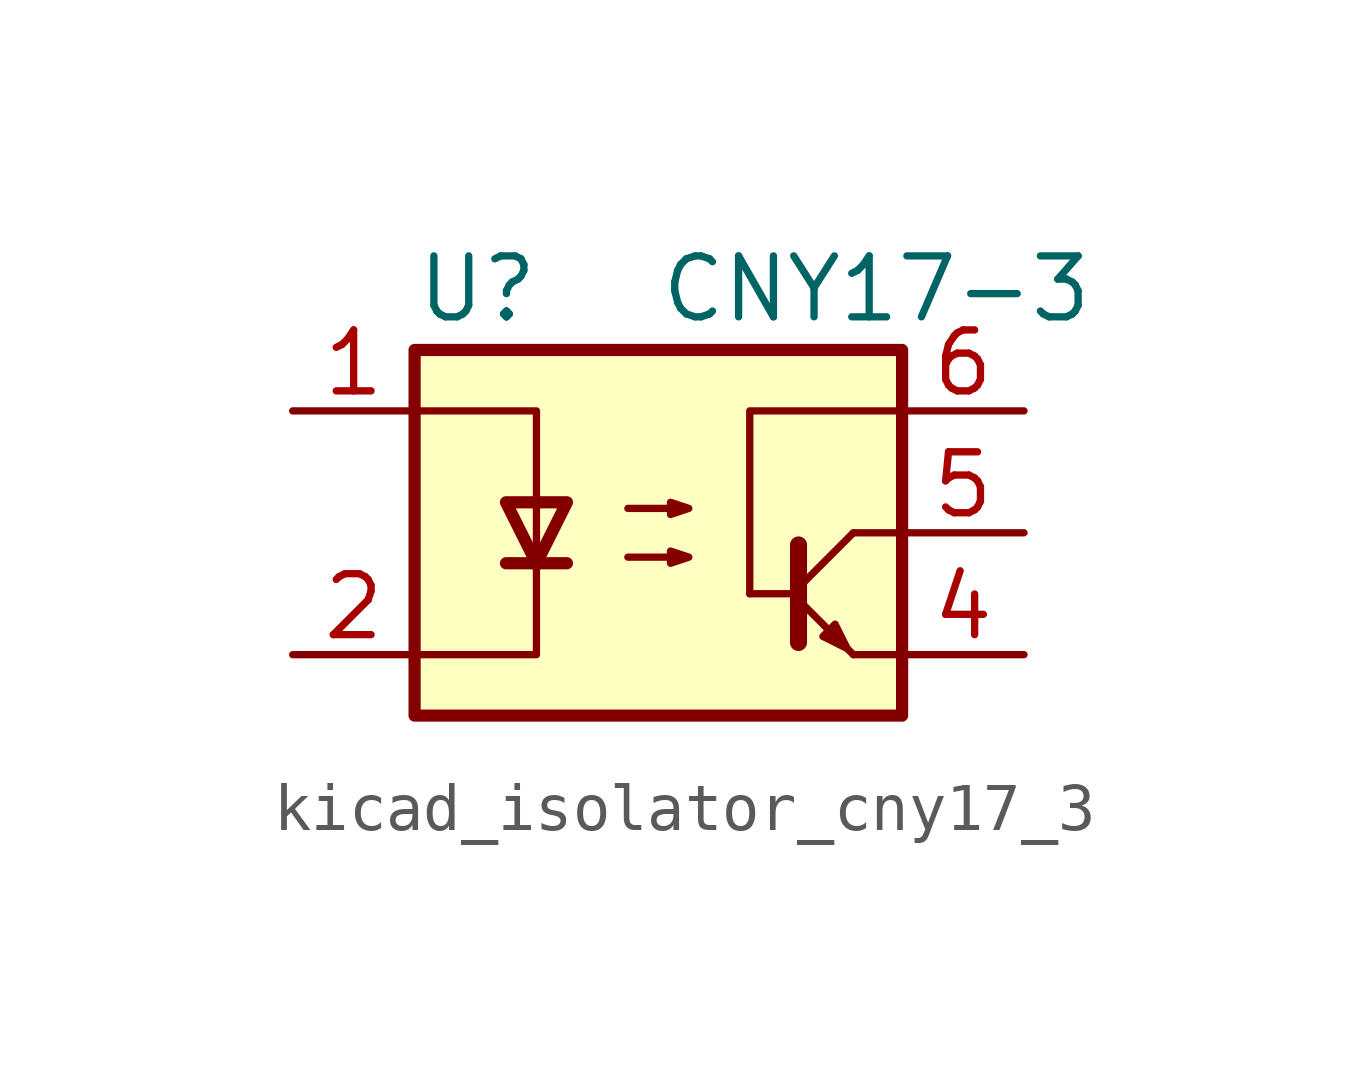
<source format=kicad_sym>
(kicad_symbol_lib
  (version 20220914)
  (generator kicad_symbol_editor)
  (symbol "kicad_isolator_cny17_3"
    (pin_names
      (offset 1.016))
    (property "Reference" "U"
      (at -5.08 5.08 0)
      (effects (font (size 1.27 1.27)) (justify left)))
    (property "Value" "CNY17-3"
      (at 0 5.08 0)
      (effects (font (size 1.27 1.27)) (justify left)))
    (symbol "kicad_isolator_cny17_3_0_1"
      (rectangle (start -5.08 3.81) (end 5.08 -3.81) (stroke (width 0.254) (type default)) (fill (type background)))
      (polyline (pts (xy -3.175 -0.635) (xy -1.905 -0.635)) (stroke (width 0.254) (type default)) (fill (type none)))
      (polyline (pts (xy 2.921 -1.397) (xy 4.064 -2.54)) (stroke (width 0) (type default)) (fill (type none)))
      (polyline (pts (xy 2.921 -1.27) (xy 1.905 -1.27)) (stroke (width 0) (type default)) (fill (type none)))
      (polyline (pts (xy 2.921 -1.143) (xy 4.064 0)) (stroke (width 0) (type default)) (fill (type none)))
      (polyline (pts (xy 4.064 -2.54) (xy 5.08 -2.54)) (stroke (width 0) (type default)) (fill (type none)))
      (polyline (pts (xy 5.08 0) (xy 4.064 0)) (stroke (width 0) (type default)) (fill (type none)))
      (polyline (pts (xy -5.08 2.54) (xy -2.54 2.54) (xy -2.54 -0.762)) (stroke (width 0) (type default)) (fill (type none)))
      (polyline (pts (xy -2.54 -0.635) (xy -2.54 -2.54) (xy -5.08 -2.54)) (stroke (width 0) (type default)) (fill (type none)))
      (polyline (pts (xy 1.905 -1.27) (xy 1.905 2.54) (xy 5.08 2.54)) (stroke (width 0) (type default)) (fill (type none)))
      (polyline (pts (xy 2.921 -0.254) (xy 2.921 -2.286) (xy 2.921 -2.286)) (stroke (width 0.356) (type default)) (fill (type none)))
      (polyline (pts (xy -2.54 -0.635) (xy -3.175 0.635) (xy -1.905 0.635) (xy -2.54 -0.635)) (stroke (width 0.254) (type default)) (fill (type none)))
      (polyline (pts (xy 3.937 -2.413) (xy 3.683 -1.905) (xy 3.429 -2.159) (xy 3.937 -2.413)) (stroke (width 0) (type default)) (fill (type none)))
      (polyline (pts (xy -0.635 -0.508) (xy 0.635 -0.508) (xy 0.254 -0.635) (xy 0.254 -0.381) (xy 0.635 -0.508)) (stroke (width 0) (type default)) (fill (type none)))
      (polyline (pts (xy -0.635 0.508) (xy 0.635 0.508) (xy 0.254 0.381) (xy 0.254 0.635) (xy 0.635 0.508)) (stroke (width 0) (type default)) (fill (type none))))
    (symbol "kicad_isolator_cny17_3_1_1"
      (pin passive line (at -7.62 2.54 0) (length 2.54) (name "~" (effects (font (size 1.27 1.27)))) (number "1" (effects (font (size 1.27 1.27)))))
      (pin passive line (at -7.62 -2.54 0) (length 2.54) (name "~" (effects (font (size 1.27 1.27)))) (number "2" (effects (font (size 1.27 1.27)))))
      (pin no_connect line (at -5.08 0 0) (length 2.54) hide (name "NC" (effects (font (size 1.27 1.27)))) (number "3" (effects (font (size 1.27 1.27)))))
      (pin passive line (at 7.62 -2.54 180) (length 2.54) (name "~" (effects (font (size 1.27 1.27)))) (number "4" (effects (font (size 1.27 1.27)))))
      (pin passive line (at 7.62 0 180) (length 2.54) (name "~" (effects (font (size 1.27 1.27)))) (number "5" (effects (font (size 1.27 1.27)))))
      (pin passive line (at 7.62 2.54 180) (length 2.54) (name "~" (effects (font (size 1.27 1.27)))) (number "6" (effects (font (size 1.27 1.27))))))))
</source>
